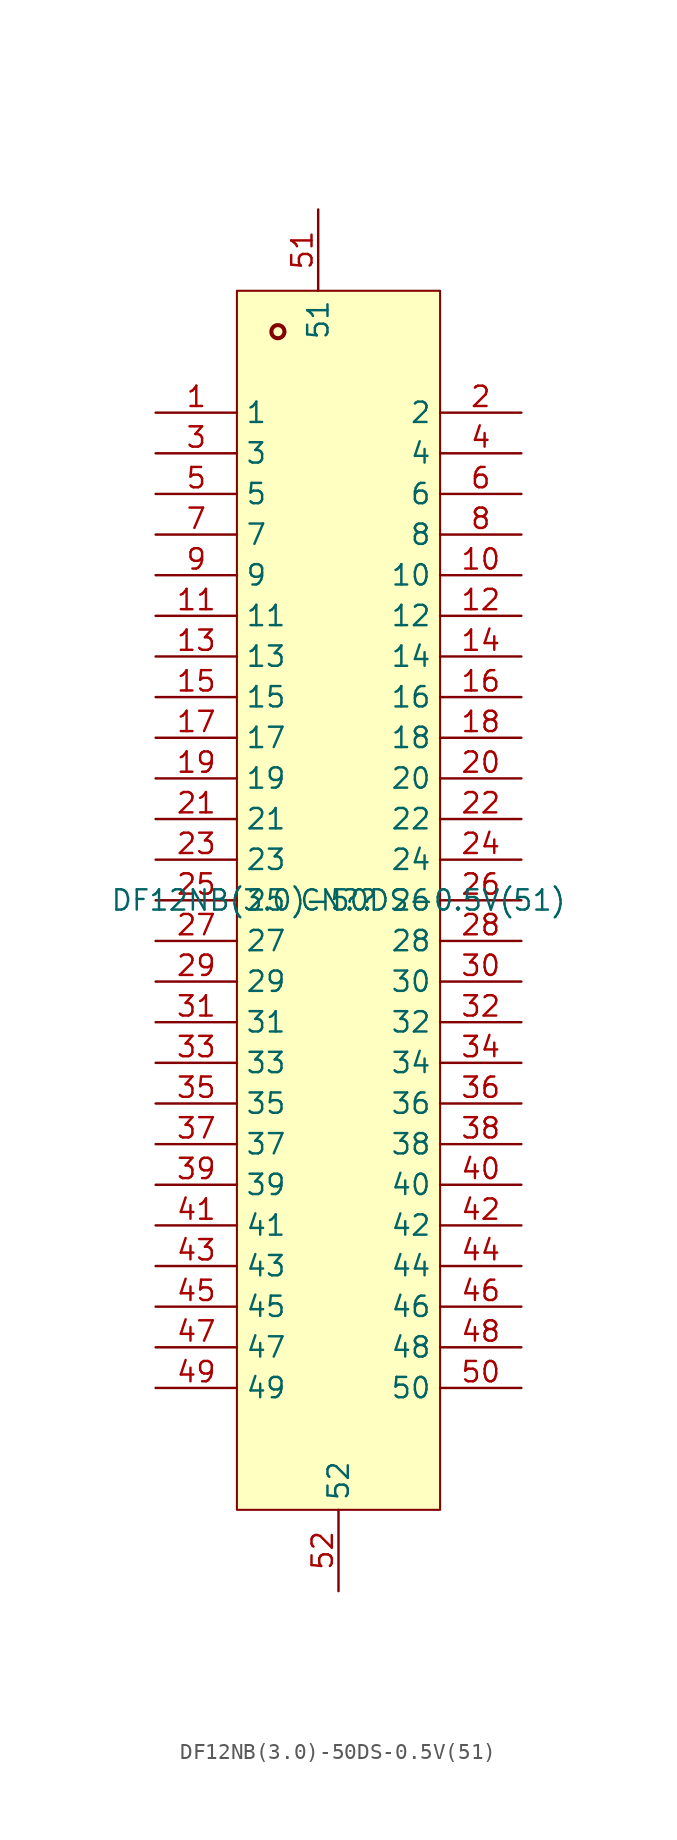
<source format=kicad_sym>
(kicad_symbol_lib
  (version 20231120)
  (generator "kicad_symbol_editor")
  (generator_version "8.0")
  (symbol "DF12NB(3.0)-50DS-0.5V(51)"
    (property "Reference" "CN?"
      (at 0 0 0)
      (effects (font (size 1.27 1.27))))
    (property "Value" "DF12NB(3.0)-50DS-0.5V(51)"
      (at 0 0 0)
      (effects (font (size 1.27 1.27))))
    (symbol "DF12NB(3.0)-50DS-0.5V(51)_0_0"
      (rectangle (start -6.35 38.1) (end 6.35 -38.1) (stroke (width 0.127) (type solid)) (fill (type background)))
      (arc (start -3.3782 35.56) (mid -4.1908 35.5727) (end -3.3782 35.5346) (stroke (width 0.254) (type solid)) (fill (type none)))
      (pin unspecified line (at -11.43 30.48 0) (length 5.08) (name "1" (effects (font (size 1.27 1.27)))) (number "1" (effects (font (size 1.27 1.27)))))
      (pin unspecified line (at 11.43 20.32 180) (length 5.08) (name "10" (effects (font (size 1.27 1.27)))) (number "10" (effects (font (size 1.27 1.27)))))
      (pin unspecified line (at -11.43 17.78 0) (length 5.08) (name "11" (effects (font (size 1.27 1.27)))) (number "11" (effects (font (size 1.27 1.27)))))
      (pin unspecified line (at 11.43 17.78 180) (length 5.08) (name "12" (effects (font (size 1.27 1.27)))) (number "12" (effects (font (size 1.27 1.27)))))
      (pin unspecified line (at -11.43 15.24 0) (length 5.08) (name "13" (effects (font (size 1.27 1.27)))) (number "13" (effects (font (size 1.27 1.27)))))
      (pin unspecified line (at 11.43 15.24 180) (length 5.08) (name "14" (effects (font (size 1.27 1.27)))) (number "14" (effects (font (size 1.27 1.27)))))
      (pin unspecified line (at -11.43 12.7 0) (length 5.08) (name "15" (effects (font (size 1.27 1.27)))) (number "15" (effects (font (size 1.27 1.27)))))
      (pin unspecified line (at 11.43 12.7 180) (length 5.08) (name "16" (effects (font (size 1.27 1.27)))) (number "16" (effects (font (size 1.27 1.27)))))
      (pin unspecified line (at -11.43 10.16 0) (length 5.08) (name "17" (effects (font (size 1.27 1.27)))) (number "17" (effects (font (size 1.27 1.27)))))
      (pin unspecified line (at 11.43 10.16 180) (length 5.08) (name "18" (effects (font (size 1.27 1.27)))) (number "18" (effects (font (size 1.27 1.27)))))
      (pin unspecified line (at -11.43 7.62 0) (length 5.08) (name "19" (effects (font (size 1.27 1.27)))) (number "19" (effects (font (size 1.27 1.27)))))
      (pin unspecified line (at 11.43 30.48 180) (length 5.08) (name "2" (effects (font (size 1.27 1.27)))) (number "2" (effects (font (size 1.27 1.27)))))
      (pin unspecified line (at 11.43 7.62 180) (length 5.08) (name "20" (effects (font (size 1.27 1.27)))) (number "20" (effects (font (size 1.27 1.27)))))
      (pin unspecified line (at -11.43 5.08 0) (length 5.08) (name "21" (effects (font (size 1.27 1.27)))) (number "21" (effects (font (size 1.27 1.27)))))
      (pin unspecified line (at 11.43 5.08 180) (length 5.08) (name "22" (effects (font (size 1.27 1.27)))) (number "22" (effects (font (size 1.27 1.27)))))
      (pin unspecified line (at -11.43 2.54 0) (length 5.08) (name "23" (effects (font (size 1.27 1.27)))) (number "23" (effects (font (size 1.27 1.27)))))
      (pin unspecified line (at 11.43 2.54 180) (length 5.08) (name "24" (effects (font (size 1.27 1.27)))) (number "24" (effects (font (size 1.27 1.27)))))
      (pin unspecified line (at -11.43 0 0) (length 5.08) (name "25" (effects (font (size 1.27 1.27)))) (number "25" (effects (font (size 1.27 1.27)))))
      (pin unspecified line (at 11.43 0 180) (length 5.08) (name "26" (effects (font (size 1.27 1.27)))) (number "26" (effects (font (size 1.27 1.27)))))
      (pin unspecified line (at -11.43 -2.54 0) (length 5.08) (name "27" (effects (font (size 1.27 1.27)))) (number "27" (effects (font (size 1.27 1.27)))))
      (pin unspecified line (at 11.43 -2.54 180) (length 5.08) (name "28" (effects (font (size 1.27 1.27)))) (number "28" (effects (font (size 1.27 1.27)))))
      (pin unspecified line (at -11.43 -5.08 0) (length 5.08) (name "29" (effects (font (size 1.27 1.27)))) (number "29" (effects (font (size 1.27 1.27)))))
      (pin unspecified line (at -11.43 27.94 0) (length 5.08) (name "3" (effects (font (size 1.27 1.27)))) (number "3" (effects (font (size 1.27 1.27)))))
      (pin unspecified line (at 11.43 -5.08 180) (length 5.08) (name "30" (effects (font (size 1.27 1.27)))) (number "30" (effects (font (size 1.27 1.27)))))
      (pin unspecified line (at -11.43 -7.62 0) (length 5.08) (name "31" (effects (font (size 1.27 1.27)))) (number "31" (effects (font (size 1.27 1.27)))))
      (pin unspecified line (at 11.43 -7.62 180) (length 5.08) (name "32" (effects (font (size 1.27 1.27)))) (number "32" (effects (font (size 1.27 1.27)))))
      (pin unspecified line (at -11.43 -10.16 0) (length 5.08) (name "33" (effects (font (size 1.27 1.27)))) (number "33" (effects (font (size 1.27 1.27)))))
      (pin unspecified line (at 11.43 -10.16 180) (length 5.08) (name "34" (effects (font (size 1.27 1.27)))) (number "34" (effects (font (size 1.27 1.27)))))
      (pin unspecified line (at -11.43 -12.7 0) (length 5.08) (name "35" (effects (font (size 1.27 1.27)))) (number "35" (effects (font (size 1.27 1.27)))))
      (pin unspecified line (at 11.43 -12.7 180) (length 5.08) (name "36" (effects (font (size 1.27 1.27)))) (number "36" (effects (font (size 1.27 1.27)))))
      (pin unspecified line (at -11.43 -15.24 0) (length 5.08) (name "37" (effects (font (size 1.27 1.27)))) (number "37" (effects (font (size 1.27 1.27)))))
      (pin unspecified line (at 11.43 -15.24 180) (length 5.08) (name "38" (effects (font (size 1.27 1.27)))) (number "38" (effects (font (size 1.27 1.27)))))
      (pin unspecified line (at -11.43 -17.78 0) (length 5.08) (name "39" (effects (font (size 1.27 1.27)))) (number "39" (effects (font (size 1.27 1.27)))))
      (pin unspecified line (at 11.43 27.94 180) (length 5.08) (name "4" (effects (font (size 1.27 1.27)))) (number "4" (effects (font (size 1.27 1.27)))))
      (pin unspecified line (at 11.43 -17.78 180) (length 5.08) (name "40" (effects (font (size 1.27 1.27)))) (number "40" (effects (font (size 1.27 1.27)))))
      (pin unspecified line (at -11.43 -20.32 0) (length 5.08) (name "41" (effects (font (size 1.27 1.27)))) (number "41" (effects (font (size 1.27 1.27)))))
      (pin unspecified line (at 11.43 -20.32 180) (length 5.08) (name "42" (effects (font (size 1.27 1.27)))) (number "42" (effects (font (size 1.27 1.27)))))
      (pin unspecified line (at -11.43 -22.86 0) (length 5.08) (name "43" (effects (font (size 1.27 1.27)))) (number "43" (effects (font (size 1.27 1.27)))))
      (pin unspecified line (at 11.43 -22.86 180) (length 5.08) (name "44" (effects (font (size 1.27 1.27)))) (number "44" (effects (font (size 1.27 1.27)))))
      (pin unspecified line (at -11.43 -25.4 0) (length 5.08) (name "45" (effects (font (size 1.27 1.27)))) (number "45" (effects (font (size 1.27 1.27)))))
      (pin unspecified line (at 11.43 -25.4 180) (length 5.08) (name "46" (effects (font (size 1.27 1.27)))) (number "46" (effects (font (size 1.27 1.27)))))
      (pin unspecified line (at -11.43 -27.94 0) (length 5.08) (name "47" (effects (font (size 1.27 1.27)))) (number "47" (effects (font (size 1.27 1.27)))))
      (pin unspecified line (at 11.43 -27.94 180) (length 5.08) (name "48" (effects (font (size 1.27 1.27)))) (number "48" (effects (font (size 1.27 1.27)))))
      (pin unspecified line (at -11.43 -30.48 0) (length 5.08) (name "49" (effects (font (size 1.27 1.27)))) (number "49" (effects (font (size 1.27 1.27)))))
      (pin unspecified line (at -11.43 25.4 0) (length 5.08) (name "5" (effects (font (size 1.27 1.27)))) (number "5" (effects (font (size 1.27 1.27)))))
      (pin unspecified line (at 11.43 -30.48 180) (length 5.08) (name "50" (effects (font (size 1.27 1.27)))) (number "50" (effects (font (size 1.27 1.27)))))
      (pin unspecified line (at -1.27 43.18 270) (length 5.08) (name "51" (effects (font (size 1.27 1.27)))) (number "51" (effects (font (size 1.27 1.27)))))
      (pin unspecified line (at 0 -43.18 90) (length 5.08) (name "52" (effects (font (size 1.27 1.27)))) (number "52" (effects (font (size 1.27 1.27)))))
      (pin unspecified line (at 11.43 25.4 180) (length 5.08) (name "6" (effects (font (size 1.27 1.27)))) (number "6" (effects (font (size 1.27 1.27)))))
      (pin unspecified line (at -11.43 22.86 0) (length 5.08) (name "7" (effects (font (size 1.27 1.27)))) (number "7" (effects (font (size 1.27 1.27)))))
      (pin unspecified line (at 11.43 22.86 180) (length 5.08) (name "8" (effects (font (size 1.27 1.27)))) (number "8" (effects (font (size 1.27 1.27)))))
      (pin unspecified line (at -11.43 20.32 0) (length 5.08) (name "9" (effects (font (size 1.27 1.27)))) (number "9" (effects (font (size 1.27 1.27))))))))
</source>
